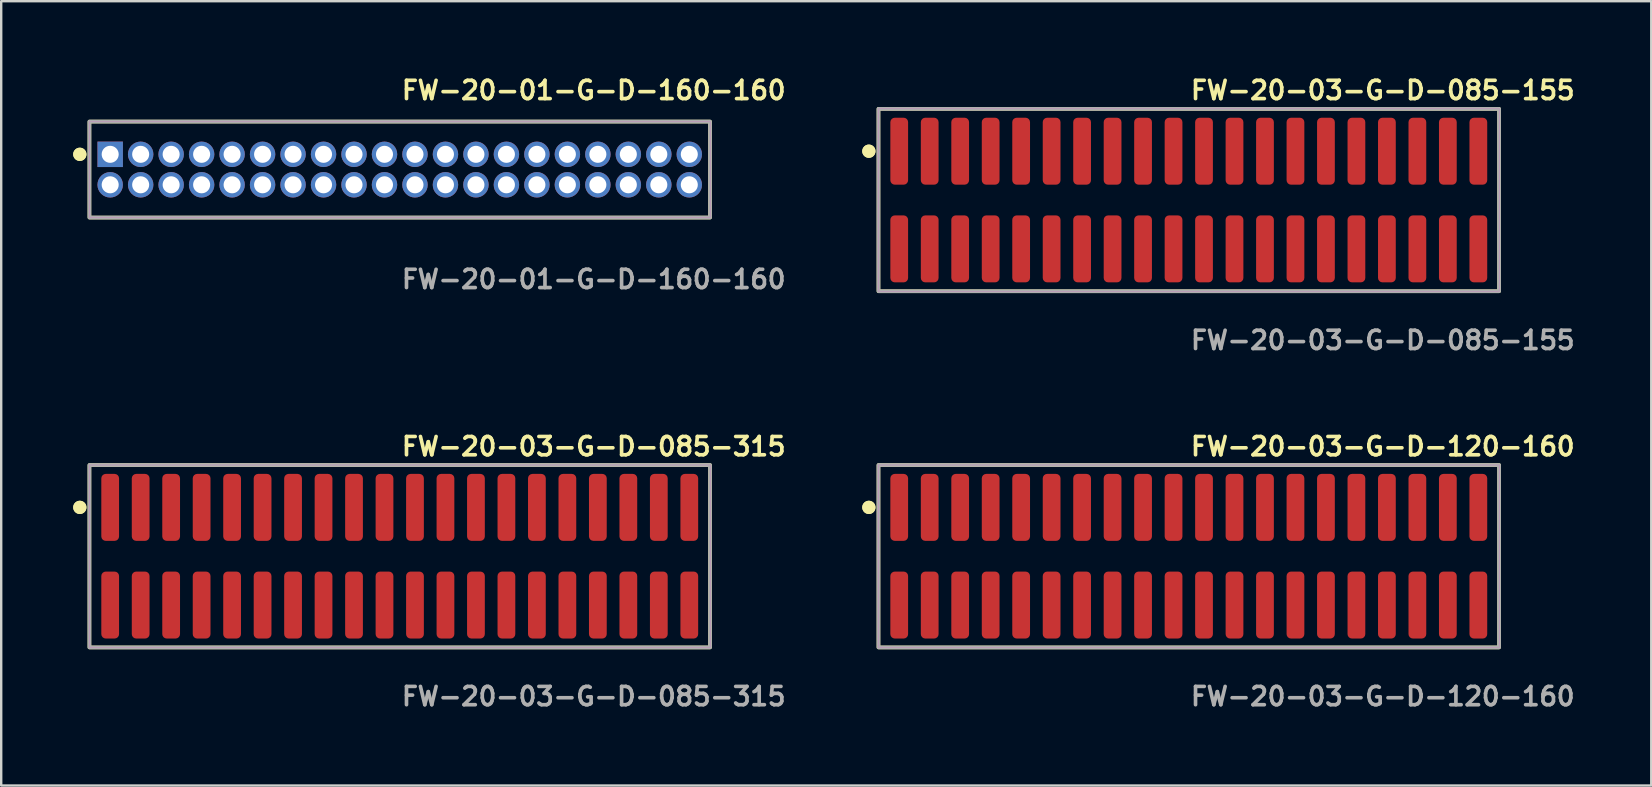
<source format=kicad_pcb>
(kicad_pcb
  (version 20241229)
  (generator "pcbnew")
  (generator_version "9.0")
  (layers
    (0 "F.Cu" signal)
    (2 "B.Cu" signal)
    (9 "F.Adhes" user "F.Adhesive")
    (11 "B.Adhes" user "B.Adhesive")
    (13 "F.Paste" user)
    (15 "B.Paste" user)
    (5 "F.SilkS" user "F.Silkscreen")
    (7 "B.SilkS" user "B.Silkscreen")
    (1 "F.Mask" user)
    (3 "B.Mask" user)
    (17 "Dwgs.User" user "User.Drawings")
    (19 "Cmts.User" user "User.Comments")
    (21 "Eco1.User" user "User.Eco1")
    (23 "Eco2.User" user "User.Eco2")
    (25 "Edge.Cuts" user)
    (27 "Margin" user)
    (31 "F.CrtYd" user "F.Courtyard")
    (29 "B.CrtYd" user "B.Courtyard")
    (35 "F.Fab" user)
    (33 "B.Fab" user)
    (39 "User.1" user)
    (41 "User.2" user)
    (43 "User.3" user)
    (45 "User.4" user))
  (footprint "FW-20-01-G-D-160-160"
    (layer "F.Cu")
    (at 13.606 4.015)
    (property "Reference" "FW-20-01-G-D-160-160" (at 0 -3.302 0) (unlocked yes) (layer "F.SilkS") (effects (font (size 0.762 0.762) (thickness 0.152)) (justify left)))
    (fp_rect (start -12.93 2) (end 12.93 -2) (stroke (width 0.152) (type solid)) (fill no) (layer "F.SilkS"))
    (fp_circle (center -13.33 -0.635) (end -13.53 -0.635) (stroke (width 0.152) (type solid)) (fill yes) (layer "F.SilkS"))
    (fp_circle (center -13.33 -0.635) (end -13.53 -0.635) (stroke (width 0.152) (type solid)) (fill yes) (layer "F.SilkS"))
    (fp_rect (start -12.93 2) (end 12.93 -2) (stroke (width 0.006) (type solid)) (fill no) (layer "F.CrtYd"))
    (fp_rect (start -12.93 2) (end 12.93 -2) (stroke (width 0.152) (type solid)) (fill no) (layer "F.Fab"))
    (fp_text user "${REFERENCE}" (at 0 4.572 0) (unlocked yes) (layer "F.Fab") (effects (font (size 0.762 0.762) (thickness 0.152)) (justify left)))
    (pad "1" thru_hole rect (at -12.065 -0.635) (size 1.06 1.06) (drill 0.71) (layers "*.Cu" "*.Mask"))
    (pad "2" thru_hole circle (at -12.065 0.635) (size 1.06 1.06) (drill 0.71) (layers "*.Cu" "*.Mask"))
    (pad "3" thru_hole circle (at -10.795 -0.635) (size 1.06 1.06) (drill 0.71) (layers "*.Cu" "*.Mask"))
    (pad "4" thru_hole circle (at -10.795 0.635) (size 1.06 1.06) (drill 0.71) (layers "*.Cu" "*.Mask"))
    (pad "5" thru_hole circle (at -9.525 -0.635) (size 1.06 1.06) (drill 0.71) (layers "*.Cu" "*.Mask"))
    (pad "6" thru_hole circle (at -9.525 0.635) (size 1.06 1.06) (drill 0.71) (layers "*.Cu" "*.Mask"))
    (pad "7" thru_hole circle (at -8.255 -0.635) (size 1.06 1.06) (drill 0.71) (layers "*.Cu" "*.Mask"))
    (pad "8" thru_hole circle (at -8.255 0.635) (size 1.06 1.06) (drill 0.71) (layers "*.Cu" "*.Mask"))
    (pad "9" thru_hole circle (at -6.985 -0.635) (size 1.06 1.06) (drill 0.71) (layers "*.Cu" "*.Mask"))
    (pad "10" thru_hole circle (at -6.985 0.635) (size 1.06 1.06) (drill 0.71) (layers "*.Cu" "*.Mask"))
    (pad "11" thru_hole circle (at -5.715 -0.635) (size 1.06 1.06) (drill 0.71) (layers "*.Cu" "*.Mask"))
    (pad "12" thru_hole circle (at -5.715 0.635) (size 1.06 1.06) (drill 0.71) (layers "*.Cu" "*.Mask"))
    (pad "13" thru_hole circle (at -4.445 -0.635) (size 1.06 1.06) (drill 0.71) (layers "*.Cu" "*.Mask"))
    (pad "14" thru_hole circle (at -4.445 0.635) (size 1.06 1.06) (drill 0.71) (layers "*.Cu" "*.Mask"))
    (pad "15" thru_hole circle (at -3.175 -0.635) (size 1.06 1.06) (drill 0.71) (layers "*.Cu" "*.Mask"))
    (pad "16" thru_hole circle (at -3.175 0.635) (size 1.06 1.06) (drill 0.71) (layers "*.Cu" "*.Mask"))
    (pad "17" thru_hole circle (at -1.905 -0.635) (size 1.06 1.06) (drill 0.71) (layers "*.Cu" "*.Mask"))
    (pad "18" thru_hole circle (at -1.905 0.635) (size 1.06 1.06) (drill 0.71) (layers "*.Cu" "*.Mask"))
    (pad "19" thru_hole circle (at -0.635 -0.635) (size 1.06 1.06) (drill 0.71) (layers "*.Cu" "*.Mask"))
    (pad "20" thru_hole circle (at -0.635 0.635) (size 1.06 1.06) (drill 0.71) (layers "*.Cu" "*.Mask"))
    (pad "21" thru_hole circle (at 0.635 -0.635) (size 1.06 1.06) (drill 0.71) (layers "*.Cu" "*.Mask"))
    (pad "22" thru_hole circle (at 0.635 0.635) (size 1.06 1.06) (drill 0.71) (layers "*.Cu" "*.Mask"))
    (pad "23" thru_hole circle (at 1.905 -0.635) (size 1.06 1.06) (drill 0.71) (layers "*.Cu" "*.Mask"))
    (pad "24" thru_hole circle (at 1.905 0.635) (size 1.06 1.06) (drill 0.71) (layers "*.Cu" "*.Mask"))
    (pad "25" thru_hole circle (at 3.175 -0.635) (size 1.06 1.06) (drill 0.71) (layers "*.Cu" "*.Mask"))
    (pad "26" thru_hole circle (at 3.175 0.635) (size 1.06 1.06) (drill 0.71) (layers "*.Cu" "*.Mask"))
    (pad "27" thru_hole circle (at 4.445 -0.635) (size 1.06 1.06) (drill 0.71) (layers "*.Cu" "*.Mask"))
    (pad "28" thru_hole circle (at 4.445 0.635) (size 1.06 1.06) (drill 0.71) (layers "*.Cu" "*.Mask"))
    (pad "29" thru_hole circle (at 5.715 -0.635) (size 1.06 1.06) (drill 0.71) (layers "*.Cu" "*.Mask"))
    (pad "30" thru_hole circle (at 5.715 0.635) (size 1.06 1.06) (drill 0.71) (layers "*.Cu" "*.Mask"))
    (pad "31" thru_hole circle (at 6.985 -0.635) (size 1.06 1.06) (drill 0.71) (layers "*.Cu" "*.Mask"))
    (pad "32" thru_hole circle (at 6.985 0.635) (size 1.06 1.06) (drill 0.71) (layers "*.Cu" "*.Mask"))
    (pad "33" thru_hole circle (at 8.255 -0.635) (size 1.06 1.06) (drill 0.71) (layers "*.Cu" "*.Mask"))
    (pad "34" thru_hole circle (at 8.255 0.635) (size 1.06 1.06) (drill 0.71) (layers "*.Cu" "*.Mask"))
    (pad "35" thru_hole circle (at 9.525 -0.635) (size 1.06 1.06) (drill 0.71) (layers "*.Cu" "*.Mask"))
    (pad "36" thru_hole circle (at 9.525 0.635) (size 1.06 1.06) (drill 0.71) (layers "*.Cu" "*.Mask"))
    (pad "37" thru_hole circle (at 10.795 -0.635) (size 1.06 1.06) (drill 0.71) (layers "*.Cu" "*.Mask"))
    (pad "38" thru_hole circle (at 10.795 0.635) (size 1.06 1.06) (drill 0.71) (layers "*.Cu" "*.Mask"))
    (pad "39" thru_hole circle (at 12.065 -0.635) (size 1.06 1.06) (drill 0.71) (layers "*.Cu" "*.Mask"))
    (pad "40" thru_hole circle (at 12.065 0.635) (size 1.06 1.06) (drill 0.71) (layers "*.Cu" "*.Mask")))
  (footprint "FW-20-03-G-D-120-160"
    (layer "F.Cu")
    (at 46.483 20.126)
    (property "Reference" "FW-20-03-G-D-120-160" (at 0 -4.572 0) (unlocked yes) (layer "F.SilkS") (effects (font (size 0.762 0.762) (thickness 0.152)) (justify left)))
    (fp_rect (start -12.93 3.8) (end 12.93 -3.8) (stroke (width 0.152) (type solid)) (fill no) (layer "F.SilkS"))
    (fp_circle (center -13.33 -2.035) (end -13.53 -2.035) (stroke (width 0.152) (type solid)) (fill yes) (layer "F.SilkS"))
    (fp_circle (center -13.33 -2.035) (end -13.53 -2.035) (stroke (width 0.152) (type solid)) (fill yes) (layer "F.SilkS"))
    (fp_rect (start -12.93 3.8) (end 12.93 -3.8) (stroke (width 0.006) (type solid)) (fill no) (layer "F.CrtYd"))
    (fp_rect (start -12.93 3.8) (end 12.93 -3.8) (stroke (width 0.152) (type solid)) (fill no) (layer "F.Fab"))
    (fp_text user "${REFERENCE}" (at 0 5.842 0) (unlocked yes) (layer "F.Fab") (effects (font (size 0.762 0.762) (thickness 0.152)) (justify left)))
    (pad "1" smd roundrect (at -12.065 -2.035) (size 0.74 2.79) (layers "F.Cu" "F.Paste") (roundrect_rratio 0.25))
    (pad "2" smd roundrect (at -12.065 2.035) (size 0.74 2.79) (layers "F.Cu" "F.Paste") (roundrect_rratio 0.25))
    (pad "3" smd roundrect (at -10.795 -2.035) (size 0.74 2.79) (layers "F.Cu" "F.Paste") (roundrect_rratio 0.25))
    (pad "4" smd roundrect (at -10.795 2.035) (size 0.74 2.79) (layers "F.Cu" "F.Paste") (roundrect_rratio 0.25))
    (pad "5" smd roundrect (at -9.525 -2.035) (size 0.74 2.79) (layers "F.Cu" "F.Paste") (roundrect_rratio 0.25))
    (pad "6" smd roundrect (at -9.525 2.035) (size 0.74 2.79) (layers "F.Cu" "F.Paste") (roundrect_rratio 0.25))
    (pad "7" smd roundrect (at -8.255 -2.035) (size 0.74 2.79) (layers "F.Cu" "F.Paste") (roundrect_rratio 0.25))
    (pad "8" smd roundrect (at -8.255 2.035) (size 0.74 2.79) (layers "F.Cu" "F.Paste") (roundrect_rratio 0.25))
    (pad "9" smd roundrect (at -6.985 -2.035) (size 0.74 2.79) (layers "F.Cu" "F.Paste") (roundrect_rratio 0.25))
    (pad "10" smd roundrect (at -6.985 2.035) (size 0.74 2.79) (layers "F.Cu" "F.Paste") (roundrect_rratio 0.25))
    (pad "11" smd roundrect (at -5.715 -2.035) (size 0.74 2.79) (layers "F.Cu" "F.Paste") (roundrect_rratio 0.25))
    (pad "12" smd roundrect (at -5.715 2.035) (size 0.74 2.79) (layers "F.Cu" "F.Paste") (roundrect_rratio 0.25))
    (pad "13" smd roundrect (at -4.445 -2.035) (size 0.74 2.79) (layers "F.Cu" "F.Paste") (roundrect_rratio 0.25))
    (pad "14" smd roundrect (at -4.445 2.035) (size 0.74 2.79) (layers "F.Cu" "F.Paste") (roundrect_rratio 0.25))
    (pad "15" smd roundrect (at -3.175 -2.035) (size 0.74 2.79) (layers "F.Cu" "F.Paste") (roundrect_rratio 0.25))
    (pad "16" smd roundrect (at -3.175 2.035) (size 0.74 2.79) (layers "F.Cu" "F.Paste") (roundrect_rratio 0.25))
    (pad "17" smd roundrect (at -1.905 -2.035) (size 0.74 2.79) (layers "F.Cu" "F.Paste") (roundrect_rratio 0.25))
    (pad "18" smd roundrect (at -1.905 2.035) (size 0.74 2.79) (layers "F.Cu" "F.Paste") (roundrect_rratio 0.25))
    (pad "19" smd roundrect (at -0.635 -2.035) (size 0.74 2.79) (layers "F.Cu" "F.Paste") (roundrect_rratio 0.25))
    (pad "20" smd roundrect (at -0.635 2.035) (size 0.74 2.79) (layers "F.Cu" "F.Paste") (roundrect_rratio 0.25))
    (pad "21" smd roundrect (at 0.635 -2.035) (size 0.74 2.79) (layers "F.Cu" "F.Paste") (roundrect_rratio 0.25))
    (pad "22" smd roundrect (at 0.635 2.035) (size 0.74 2.79) (layers "F.Cu" "F.Paste") (roundrect_rratio 0.25))
    (pad "23" smd roundrect (at 1.905 -2.035) (size 0.74 2.79) (layers "F.Cu" "F.Paste") (roundrect_rratio 0.25))
    (pad "24" smd roundrect (at 1.905 2.035) (size 0.74 2.79) (layers "F.Cu" "F.Paste") (roundrect_rratio 0.25))
    (pad "25" smd roundrect (at 3.175 -2.035) (size 0.74 2.79) (layers "F.Cu" "F.Paste") (roundrect_rratio 0.25))
    (pad "26" smd roundrect (at 3.175 2.035) (size 0.74 2.79) (layers "F.Cu" "F.Paste") (roundrect_rratio 0.25))
    (pad "27" smd roundrect (at 4.445 -2.035) (size 0.74 2.79) (layers "F.Cu" "F.Paste") (roundrect_rratio 0.25))
    (pad "28" smd roundrect (at 4.445 2.035) (size 0.74 2.79) (layers "F.Cu" "F.Paste") (roundrect_rratio 0.25))
    (pad "29" smd roundrect (at 5.715 -2.035) (size 0.74 2.79) (layers "F.Cu" "F.Paste") (roundrect_rratio 0.25))
    (pad "30" smd roundrect (at 5.715 2.035) (size 0.74 2.79) (layers "F.Cu" "F.Paste") (roundrect_rratio 0.25))
    (pad "31" smd roundrect (at 6.985 -2.035) (size 0.74 2.79) (layers "F.Cu" "F.Paste") (roundrect_rratio 0.25))
    (pad "32" smd roundrect (at 6.985 2.035) (size 0.74 2.79) (layers "F.Cu" "F.Paste") (roundrect_rratio 0.25))
    (pad "33" smd roundrect (at 8.255 -2.035) (size 0.74 2.79) (layers "F.Cu" "F.Paste") (roundrect_rratio 0.25))
    (pad "34" smd roundrect (at 8.255 2.035) (size 0.74 2.79) (layers "F.Cu" "F.Paste") (roundrect_rratio 0.25))
    (pad "35" smd roundrect (at 9.525 -2.035) (size 0.74 2.79) (layers "F.Cu" "F.Paste") (roundrect_rratio 0.25))
    (pad "36" smd roundrect (at 9.525 2.035) (size 0.74 2.79) (layers "F.Cu" "F.Paste") (roundrect_rratio 0.25))
    (pad "37" smd roundrect (at 10.795 -2.035) (size 0.74 2.79) (layers "F.Cu" "F.Paste") (roundrect_rratio 0.25))
    (pad "38" smd roundrect (at 10.795 2.035) (size 0.74 2.79) (layers "F.Cu" "F.Paste") (roundrect_rratio 0.25))
    (pad "39" smd roundrect (at 12.065 -2.035) (size 0.74 2.79) (layers "F.Cu" "F.Paste") (roundrect_rratio 0.25))
    (pad "40" smd roundrect (at 12.065 2.035) (size 0.74 2.79) (layers "F.Cu" "F.Paste") (roundrect_rratio 0.25)))
  (footprint "FW-20-03-G-D-085-315"
    (layer "F.Cu")
    (at 13.606 20.126)
    (property "Reference" "FW-20-03-G-D-085-315" (at 0 -4.572 0) (unlocked yes) (layer "F.SilkS") (effects (font (size 0.762 0.762) (thickness 0.152)) (justify left)))
    (fp_rect (start -12.93 3.8) (end 12.93 -3.8) (stroke (width 0.152) (type solid)) (fill no) (layer "F.SilkS"))
    (fp_circle (center -13.33 -2.035) (end -13.53 -2.035) (stroke (width 0.152) (type solid)) (fill yes) (layer "F.SilkS"))
    (fp_circle (center -13.33 -2.035) (end -13.53 -2.035) (stroke (width 0.152) (type solid)) (fill yes) (layer "F.SilkS"))
    (fp_rect (start -12.93 3.8) (end 12.93 -3.8) (stroke (width 0.006) (type solid)) (fill no) (layer "F.CrtYd"))
    (fp_rect (start -12.93 3.8) (end 12.93 -3.8) (stroke (width 0.152) (type solid)) (fill no) (layer "F.Fab"))
    (fp_text user "${REFERENCE}" (at 0 5.842 0) (unlocked yes) (layer "F.Fab") (effects (font (size 0.762 0.762) (thickness 0.152)) (justify left)))
    (pad "1" smd roundrect (at -12.065 -2.035) (size 0.74 2.79) (layers "F.Cu" "F.Paste") (roundrect_rratio 0.25))
    (pad "2" smd roundrect (at -12.065 2.035) (size 0.74 2.79) (layers "F.Cu" "F.Paste") (roundrect_rratio 0.25))
    (pad "3" smd roundrect (at -10.795 -2.035) (size 0.74 2.79) (layers "F.Cu" "F.Paste") (roundrect_rratio 0.25))
    (pad "4" smd roundrect (at -10.795 2.035) (size 0.74 2.79) (layers "F.Cu" "F.Paste") (roundrect_rratio 0.25))
    (pad "5" smd roundrect (at -9.525 -2.035) (size 0.74 2.79) (layers "F.Cu" "F.Paste") (roundrect_rratio 0.25))
    (pad "6" smd roundrect (at -9.525 2.035) (size 0.74 2.79) (layers "F.Cu" "F.Paste") (roundrect_rratio 0.25))
    (pad "7" smd roundrect (at -8.255 -2.035) (size 0.74 2.79) (layers "F.Cu" "F.Paste") (roundrect_rratio 0.25))
    (pad "8" smd roundrect (at -8.255 2.035) (size 0.74 2.79) (layers "F.Cu" "F.Paste") (roundrect_rratio 0.25))
    (pad "9" smd roundrect (at -6.985 -2.035) (size 0.74 2.79) (layers "F.Cu" "F.Paste") (roundrect_rratio 0.25))
    (pad "10" smd roundrect (at -6.985 2.035) (size 0.74 2.79) (layers "F.Cu" "F.Paste") (roundrect_rratio 0.25))
    (pad "11" smd roundrect (at -5.715 -2.035) (size 0.74 2.79) (layers "F.Cu" "F.Paste") (roundrect_rratio 0.25))
    (pad "12" smd roundrect (at -5.715 2.035) (size 0.74 2.79) (layers "F.Cu" "F.Paste") (roundrect_rratio 0.25))
    (pad "13" smd roundrect (at -4.445 -2.035) (size 0.74 2.79) (layers "F.Cu" "F.Paste") (roundrect_rratio 0.25))
    (pad "14" smd roundrect (at -4.445 2.035) (size 0.74 2.79) (layers "F.Cu" "F.Paste") (roundrect_rratio 0.25))
    (pad "15" smd roundrect (at -3.175 -2.035) (size 0.74 2.79) (layers "F.Cu" "F.Paste") (roundrect_rratio 0.25))
    (pad "16" smd roundrect (at -3.175 2.035) (size 0.74 2.79) (layers "F.Cu" "F.Paste") (roundrect_rratio 0.25))
    (pad "17" smd roundrect (at -1.905 -2.035) (size 0.74 2.79) (layers "F.Cu" "F.Paste") (roundrect_rratio 0.25))
    (pad "18" smd roundrect (at -1.905 2.035) (size 0.74 2.79) (layers "F.Cu" "F.Paste") (roundrect_rratio 0.25))
    (pad "19" smd roundrect (at -0.635 -2.035) (size 0.74 2.79) (layers "F.Cu" "F.Paste") (roundrect_rratio 0.25))
    (pad "20" smd roundrect (at -0.635 2.035) (size 0.74 2.79) (layers "F.Cu" "F.Paste") (roundrect_rratio 0.25))
    (pad "21" smd roundrect (at 0.635 -2.035) (size 0.74 2.79) (layers "F.Cu" "F.Paste") (roundrect_rratio 0.25))
    (pad "22" smd roundrect (at 0.635 2.035) (size 0.74 2.79) (layers "F.Cu" "F.Paste") (roundrect_rratio 0.25))
    (pad "23" smd roundrect (at 1.905 -2.035) (size 0.74 2.79) (layers "F.Cu" "F.Paste") (roundrect_rratio 0.25))
    (pad "24" smd roundrect (at 1.905 2.035) (size 0.74 2.79) (layers "F.Cu" "F.Paste") (roundrect_rratio 0.25))
    (pad "25" smd roundrect (at 3.175 -2.035) (size 0.74 2.79) (layers "F.Cu" "F.Paste") (roundrect_rratio 0.25))
    (pad "26" smd roundrect (at 3.175 2.035) (size 0.74 2.79) (layers "F.Cu" "F.Paste") (roundrect_rratio 0.25))
    (pad "27" smd roundrect (at 4.445 -2.035) (size 0.74 2.79) (layers "F.Cu" "F.Paste") (roundrect_rratio 0.25))
    (pad "28" smd roundrect (at 4.445 2.035) (size 0.74 2.79) (layers "F.Cu" "F.Paste") (roundrect_rratio 0.25))
    (pad "29" smd roundrect (at 5.715 -2.035) (size 0.74 2.79) (layers "F.Cu" "F.Paste") (roundrect_rratio 0.25))
    (pad "30" smd roundrect (at 5.715 2.035) (size 0.74 2.79) (layers "F.Cu" "F.Paste") (roundrect_rratio 0.25))
    (pad "31" smd roundrect (at 6.985 -2.035) (size 0.74 2.79) (layers "F.Cu" "F.Paste") (roundrect_rratio 0.25))
    (pad "32" smd roundrect (at 6.985 2.035) (size 0.74 2.79) (layers "F.Cu" "F.Paste") (roundrect_rratio 0.25))
    (pad "33" smd roundrect (at 8.255 -2.035) (size 0.74 2.79) (layers "F.Cu" "F.Paste") (roundrect_rratio 0.25))
    (pad "34" smd roundrect (at 8.255 2.035) (size 0.74 2.79) (layers "F.Cu" "F.Paste") (roundrect_rratio 0.25))
    (pad "35" smd roundrect (at 9.525 -2.035) (size 0.74 2.79) (layers "F.Cu" "F.Paste") (roundrect_rratio 0.25))
    (pad "36" smd roundrect (at 9.525 2.035) (size 0.74 2.79) (layers "F.Cu" "F.Paste") (roundrect_rratio 0.25))
    (pad "37" smd roundrect (at 10.795 -2.035) (size 0.74 2.79) (layers "F.Cu" "F.Paste") (roundrect_rratio 0.25))
    (pad "38" smd roundrect (at 10.795 2.035) (size 0.74 2.79) (layers "F.Cu" "F.Paste") (roundrect_rratio 0.25))
    (pad "39" smd roundrect (at 12.065 -2.035) (size 0.74 2.79) (layers "F.Cu" "F.Paste") (roundrect_rratio 0.25))
    (pad "40" smd roundrect (at 12.065 2.035) (size 0.74 2.79) (layers "F.Cu" "F.Paste") (roundrect_rratio 0.25)))
  (footprint "FW-20-03-G-D-085-155"
    (layer "F.Cu")
    (at 46.483 5.285)
    (property "Reference" "FW-20-03-G-D-085-155" (at 0 -4.572 0) (unlocked yes) (layer "F.SilkS") (effects (font (size 0.762 0.762) (thickness 0.152)) (justify left)))
    (fp_rect (start -12.93 3.8) (end 12.93 -3.8) (stroke (width 0.152) (type solid)) (fill no) (layer "F.SilkS"))
    (fp_circle (center -13.33 -2.035) (end -13.53 -2.035) (stroke (width 0.152) (type solid)) (fill yes) (layer "F.SilkS"))
    (fp_circle (center -13.33 -2.035) (end -13.53 -2.035) (stroke (width 0.152) (type solid)) (fill yes) (layer "F.SilkS"))
    (fp_rect (start -12.93 3.8) (end 12.93 -3.8) (stroke (width 0.006) (type solid)) (fill no) (layer "F.CrtYd"))
    (fp_rect (start -12.93 3.8) (end 12.93 -3.8) (stroke (width 0.152) (type solid)) (fill no) (layer "F.Fab"))
    (fp_text user "${REFERENCE}" (at 0 5.842 0) (unlocked yes) (layer "F.Fab") (effects (font (size 0.762 0.762) (thickness 0.152)) (justify left)))
    (pad "1" smd roundrect (at -12.065 -2.035) (size 0.74 2.79) (layers "F.Cu" "F.Paste") (roundrect_rratio 0.25))
    (pad "2" smd roundrect (at -12.065 2.035) (size 0.74 2.79) (layers "F.Cu" "F.Paste") (roundrect_rratio 0.25))
    (pad "3" smd roundrect (at -10.795 -2.035) (size 0.74 2.79) (layers "F.Cu" "F.Paste") (roundrect_rratio 0.25))
    (pad "4" smd roundrect (at -10.795 2.035) (size 0.74 2.79) (layers "F.Cu" "F.Paste") (roundrect_rratio 0.25))
    (pad "5" smd roundrect (at -9.525 -2.035) (size 0.74 2.79) (layers "F.Cu" "F.Paste") (roundrect_rratio 0.25))
    (pad "6" smd roundrect (at -9.525 2.035) (size 0.74 2.79) (layers "F.Cu" "F.Paste") (roundrect_rratio 0.25))
    (pad "7" smd roundrect (at -8.255 -2.035) (size 0.74 2.79) (layers "F.Cu" "F.Paste") (roundrect_rratio 0.25))
    (pad "8" smd roundrect (at -8.255 2.035) (size 0.74 2.79) (layers "F.Cu" "F.Paste") (roundrect_rratio 0.25))
    (pad "9" smd roundrect (at -6.985 -2.035) (size 0.74 2.79) (layers "F.Cu" "F.Paste") (roundrect_rratio 0.25))
    (pad "10" smd roundrect (at -6.985 2.035) (size 0.74 2.79) (layers "F.Cu" "F.Paste") (roundrect_rratio 0.25))
    (pad "11" smd roundrect (at -5.715 -2.035) (size 0.74 2.79) (layers "F.Cu" "F.Paste") (roundrect_rratio 0.25))
    (pad "12" smd roundrect (at -5.715 2.035) (size 0.74 2.79) (layers "F.Cu" "F.Paste") (roundrect_rratio 0.25))
    (pad "13" smd roundrect (at -4.445 -2.035) (size 0.74 2.79) (layers "F.Cu" "F.Paste") (roundrect_rratio 0.25))
    (pad "14" smd roundrect (at -4.445 2.035) (size 0.74 2.79) (layers "F.Cu" "F.Paste") (roundrect_rratio 0.25))
    (pad "15" smd roundrect (at -3.175 -2.035) (size 0.74 2.79) (layers "F.Cu" "F.Paste") (roundrect_rratio 0.25))
    (pad "16" smd roundrect (at -3.175 2.035) (size 0.74 2.79) (layers "F.Cu" "F.Paste") (roundrect_rratio 0.25))
    (pad "17" smd roundrect (at -1.905 -2.035) (size 0.74 2.79) (layers "F.Cu" "F.Paste") (roundrect_rratio 0.25))
    (pad "18" smd roundrect (at -1.905 2.035) (size 0.74 2.79) (layers "F.Cu" "F.Paste") (roundrect_rratio 0.25))
    (pad "19" smd roundrect (at -0.635 -2.035) (size 0.74 2.79) (layers "F.Cu" "F.Paste") (roundrect_rratio 0.25))
    (pad "20" smd roundrect (at -0.635 2.035) (size 0.74 2.79) (layers "F.Cu" "F.Paste") (roundrect_rratio 0.25))
    (pad "21" smd roundrect (at 0.635 -2.035) (size 0.74 2.79) (layers "F.Cu" "F.Paste") (roundrect_rratio 0.25))
    (pad "22" smd roundrect (at 0.635 2.035) (size 0.74 2.79) (layers "F.Cu" "F.Paste") (roundrect_rratio 0.25))
    (pad "23" smd roundrect (at 1.905 -2.035) (size 0.74 2.79) (layers "F.Cu" "F.Paste") (roundrect_rratio 0.25))
    (pad "24" smd roundrect (at 1.905 2.035) (size 0.74 2.79) (layers "F.Cu" "F.Paste") (roundrect_rratio 0.25))
    (pad "25" smd roundrect (at 3.175 -2.035) (size 0.74 2.79) (layers "F.Cu" "F.Paste") (roundrect_rratio 0.25))
    (pad "26" smd roundrect (at 3.175 2.035) (size 0.74 2.79) (layers "F.Cu" "F.Paste") (roundrect_rratio 0.25))
    (pad "27" smd roundrect (at 4.445 -2.035) (size 0.74 2.79) (layers "F.Cu" "F.Paste") (roundrect_rratio 0.25))
    (pad "28" smd roundrect (at 4.445 2.035) (size 0.74 2.79) (layers "F.Cu" "F.Paste") (roundrect_rratio 0.25))
    (pad "29" smd roundrect (at 5.715 -2.035) (size 0.74 2.79) (layers "F.Cu" "F.Paste") (roundrect_rratio 0.25))
    (pad "30" smd roundrect (at 5.715 2.035) (size 0.74 2.79) (layers "F.Cu" "F.Paste") (roundrect_rratio 0.25))
    (pad "31" smd roundrect (at 6.985 -2.035) (size 0.74 2.79) (layers "F.Cu" "F.Paste") (roundrect_rratio 0.25))
    (pad "32" smd roundrect (at 6.985 2.035) (size 0.74 2.79) (layers "F.Cu" "F.Paste") (roundrect_rratio 0.25))
    (pad "33" smd roundrect (at 8.255 -2.035) (size 0.74 2.79) (layers "F.Cu" "F.Paste") (roundrect_rratio 0.25))
    (pad "34" smd roundrect (at 8.255 2.035) (size 0.74 2.79) (layers "F.Cu" "F.Paste") (roundrect_rratio 0.25))
    (pad "35" smd roundrect (at 9.525 -2.035) (size 0.74 2.79) (layers "F.Cu" "F.Paste") (roundrect_rratio 0.25))
    (pad "36" smd roundrect (at 9.525 2.035) (size 0.74 2.79) (layers "F.Cu" "F.Paste") (roundrect_rratio 0.25))
    (pad "37" smd roundrect (at 10.795 -2.035) (size 0.74 2.79) (layers "F.Cu" "F.Paste") (roundrect_rratio 0.25))
    (pad "38" smd roundrect (at 10.795 2.035) (size 0.74 2.79) (layers "F.Cu" "F.Paste") (roundrect_rratio 0.25))
    (pad "39" smd roundrect (at 12.065 -2.035) (size 0.74 2.79) (layers "F.Cu" "F.Paste") (roundrect_rratio 0.25))
    (pad "40" smd roundrect (at 12.065 2.035) (size 0.74 2.79) (layers "F.Cu" "F.Paste") (roundrect_rratio 0.25)))
  (gr_rect
    (start -3 -3)
    (end 65.753 29.681)
    (stroke (width 0.1) (type default))
    (fill no)
    (layer "Edge.Cuts")))
</source>
